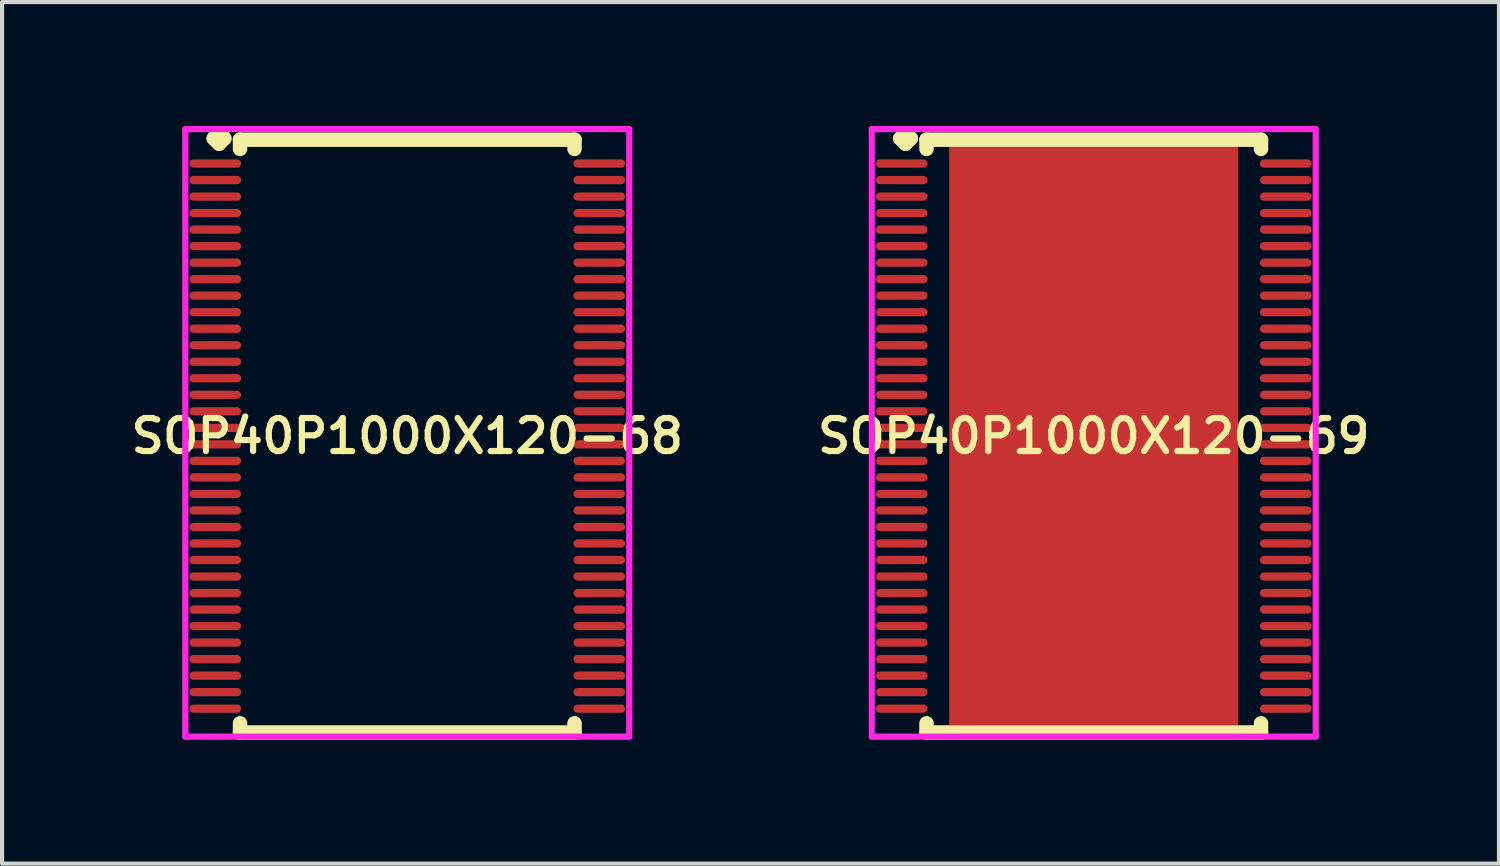
<source format=kicad_pcb>
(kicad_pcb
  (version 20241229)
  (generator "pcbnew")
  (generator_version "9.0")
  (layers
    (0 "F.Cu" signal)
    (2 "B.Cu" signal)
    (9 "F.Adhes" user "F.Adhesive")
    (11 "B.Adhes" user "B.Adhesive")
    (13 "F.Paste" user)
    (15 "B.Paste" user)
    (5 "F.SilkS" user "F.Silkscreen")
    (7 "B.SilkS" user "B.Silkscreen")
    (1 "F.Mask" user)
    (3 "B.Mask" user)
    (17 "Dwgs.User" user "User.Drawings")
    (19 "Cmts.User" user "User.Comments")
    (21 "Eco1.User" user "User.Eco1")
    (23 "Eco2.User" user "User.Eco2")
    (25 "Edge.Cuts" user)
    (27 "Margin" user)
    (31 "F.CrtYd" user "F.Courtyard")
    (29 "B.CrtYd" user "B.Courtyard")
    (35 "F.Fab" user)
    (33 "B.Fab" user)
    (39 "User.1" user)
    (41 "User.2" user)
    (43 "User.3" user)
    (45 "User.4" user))
  (footprint "SOP40P1000X120-69"
    (layer "F.Cu")
    (at 23.435 7.51)
    (property "Reference" "SOP40P1000X120-69" (at 0 0 0) (layer "F.SilkS") (effects (font (size 0.8 0.8) (thickness 0.15))))
    (attr smd)
    (fp_line (start -4.685 -7.208) (end -4.558 -7.335) (stroke (width 0.35) (type solid)) (layer "F.SilkS"))
    (fp_line (start -4.558 -7.335) (end -4.431 -7.208) (stroke (width 0.35) (type solid)) (layer "F.SilkS"))
    (fp_line (start -4.558 -7.081) (end -4.685 -7.208) (stroke (width 0.35) (type solid)) (layer "F.SilkS"))
    (fp_line (start -4.431 -7.208) (end -4.558 -7.081) (stroke (width 0.35) (type solid)) (layer "F.SilkS"))
    (fp_line (start -4.05 -7.177) (end 4.05 -7.177) (stroke (width 0.35) (type solid)) (layer "F.SilkS"))
    (fp_line (start -4.05 -6.954) (end -4.05 -7.177) (stroke (width 0.35) (type solid)) (layer "F.SilkS"))
    (fp_line (start -4.05 6.954) (end -4.05 7.177) (stroke (width 0.35) (type solid)) (layer "F.SilkS"))
    (fp_line (start -4.05 7.177) (end 4.05 7.177) (stroke (width 0.35) (type solid)) (layer "F.SilkS"))
    (fp_line (start 4.05 -7.177) (end 4.05 -6.954) (stroke (width 0.35) (type solid)) (layer "F.SilkS"))
    (fp_line (start 4.05 7.177) (end 4.05 6.954) (stroke (width 0.35) (type solid)) (layer "F.SilkS"))
    (fp_line (start -5.375 -7.435) (end 5.375 -7.435) (stroke (width 0.15) (type solid)) (layer "F.CrtYd"))
    (fp_line (start -5.375 7.277) (end -5.375 -7.435) (stroke (width 0.15) (type solid)) (layer "F.CrtYd"))
    (fp_line (start 5.375 -7.435) (end 5.375 7.277) (stroke (width 0.15) (type solid)) (layer "F.CrtYd"))
    (fp_line (start 5.375 7.277) (end -5.375 7.277) (stroke (width 0.15) (type solid)) (layer "F.CrtYd"))
    (pad "1" smd oval (at -4.65 -6.6) (size 1.25 0.2) (layers "F.Cu" "F.Mask" "F.Paste"))
    (pad "2" smd oval (at -4.65 -6.2) (size 1.25 0.2) (layers "F.Cu" "F.Mask" "F.Paste"))
    (pad "3" smd oval (at -4.65 -5.8) (size 1.25 0.2) (layers "F.Cu" "F.Mask" "F.Paste"))
    (pad "4" smd oval (at -4.65 -5.4) (size 1.25 0.2) (layers "F.Cu" "F.Mask" "F.Paste"))
    (pad "5" smd oval (at -4.65 -5) (size 1.25 0.2) (layers "F.Cu" "F.Mask" "F.Paste"))
    (pad "6" smd oval (at -4.65 -4.6) (size 1.25 0.2) (layers "F.Cu" "F.Mask" "F.Paste"))
    (pad "7" smd oval (at -4.65 -4.2) (size 1.25 0.2) (layers "F.Cu" "F.Mask" "F.Paste"))
    (pad "8" smd oval (at -4.65 -3.8) (size 1.25 0.2) (layers "F.Cu" "F.Mask" "F.Paste"))
    (pad "9" smd oval (at -4.65 -3.4) (size 1.25 0.2) (layers "F.Cu" "F.Mask" "F.Paste"))
    (pad "10" smd oval (at -4.65 -3) (size 1.25 0.2) (layers "F.Cu" "F.Mask" "F.Paste"))
    (pad "11" smd oval (at -4.65 -2.6) (size 1.25 0.2) (layers "F.Cu" "F.Mask" "F.Paste"))
    (pad "12" smd oval (at -4.65 -2.2) (size 1.25 0.2) (layers "F.Cu" "F.Mask" "F.Paste"))
    (pad "13" smd oval (at -4.65 -1.8) (size 1.25 0.2) (layers "F.Cu" "F.Mask" "F.Paste"))
    (pad "14" smd oval (at -4.65 -1.4) (size 1.25 0.2) (layers "F.Cu" "F.Mask" "F.Paste"))
    (pad "15" smd oval (at -4.65 -1) (size 1.25 0.2) (layers "F.Cu" "F.Mask" "F.Paste"))
    (pad "16" smd oval (at -4.65 -0.6) (size 1.25 0.2) (layers "F.Cu" "F.Mask" "F.Paste"))
    (pad "17" smd oval (at -4.65 -0.2) (size 1.25 0.2) (layers "F.Cu" "F.Mask" "F.Paste"))
    (pad "18" smd oval (at -4.65 0.2) (size 1.25 0.2) (layers "F.Cu" "F.Mask" "F.Paste"))
    (pad "19" smd oval (at -4.65 0.6) (size 1.25 0.2) (layers "F.Cu" "F.Mask" "F.Paste"))
    (pad "20" smd oval (at -4.65 1) (size 1.25 0.2) (layers "F.Cu" "F.Mask" "F.Paste"))
    (pad "21" smd oval (at -4.65 1.4) (size 1.25 0.2) (layers "F.Cu" "F.Mask" "F.Paste"))
    (pad "22" smd oval (at -4.65 1.8) (size 1.25 0.2) (layers "F.Cu" "F.Mask" "F.Paste"))
    (pad "23" smd oval (at -4.65 2.2) (size 1.25 0.2) (layers "F.Cu" "F.Mask" "F.Paste"))
    (pad "24" smd oval (at -4.65 2.6) (size 1.25 0.2) (layers "F.Cu" "F.Mask" "F.Paste"))
    (pad "25" smd oval (at -4.65 3) (size 1.25 0.2) (layers "F.Cu" "F.Mask" "F.Paste"))
    (pad "26" smd oval (at -4.65 3.4) (size 1.25 0.2) (layers "F.Cu" "F.Mask" "F.Paste"))
    (pad "27" smd oval (at -4.65 3.8) (size 1.25 0.2) (layers "F.Cu" "F.Mask" "F.Paste"))
    (pad "28" smd oval (at -4.65 4.2) (size 1.25 0.2) (layers "F.Cu" "F.Mask" "F.Paste"))
    (pad "29" smd oval (at -4.65 4.6) (size 1.25 0.2) (layers "F.Cu" "F.Mask" "F.Paste"))
    (pad "30" smd oval (at -4.65 5) (size 1.25 0.2) (layers "F.Cu" "F.Mask" "F.Paste"))
    (pad "31" smd oval (at -4.65 5.4) (size 1.25 0.2) (layers "F.Cu" "F.Mask" "F.Paste"))
    (pad "32" smd oval (at -4.65 5.8) (size 1.25 0.2) (layers "F.Cu" "F.Mask" "F.Paste"))
    (pad "33" smd oval (at -4.65 6.2) (size 1.25 0.2) (layers "F.Cu" "F.Mask" "F.Paste"))
    (pad "34" smd oval (at -4.65 6.6) (size 1.25 0.2) (layers "F.Cu" "F.Mask" "F.Paste"))
    (pad "35" smd oval (at 4.65 6.6) (size 1.25 0.2) (layers "F.Cu" "F.Mask" "F.Paste"))
    (pad "36" smd oval (at 4.65 6.2) (size 1.25 0.2) (layers "F.Cu" "F.Mask" "F.Paste"))
    (pad "37" smd oval (at 4.65 5.8) (size 1.25 0.2) (layers "F.Cu" "F.Mask" "F.Paste"))
    (pad "38" smd oval (at 4.65 5.4) (size 1.25 0.2) (layers "F.Cu" "F.Mask" "F.Paste"))
    (pad "39" smd oval (at 4.65 5) (size 1.25 0.2) (layers "F.Cu" "F.Mask" "F.Paste"))
    (pad "40" smd oval (at 4.65 4.6) (size 1.25 0.2) (layers "F.Cu" "F.Mask" "F.Paste"))
    (pad "41" smd oval (at 4.65 4.2) (size 1.25 0.2) (layers "F.Cu" "F.Mask" "F.Paste"))
    (pad "42" smd oval (at 4.65 3.8) (size 1.25 0.2) (layers "F.Cu" "F.Mask" "F.Paste"))
    (pad "43" smd oval (at 4.65 3.4) (size 1.25 0.2) (layers "F.Cu" "F.Mask" "F.Paste"))
    (pad "44" smd oval (at 4.65 3) (size 1.25 0.2) (layers "F.Cu" "F.Mask" "F.Paste"))
    (pad "45" smd oval (at 4.65 2.6) (size 1.25 0.2) (layers "F.Cu" "F.Mask" "F.Paste"))
    (pad "46" smd oval (at 4.65 2.2) (size 1.25 0.2) (layers "F.Cu" "F.Mask" "F.Paste"))
    (pad "47" smd oval (at 4.65 1.8) (size 1.25 0.2) (layers "F.Cu" "F.Mask" "F.Paste"))
    (pad "48" smd oval (at 4.65 1.4) (size 1.25 0.2) (layers "F.Cu" "F.Mask" "F.Paste"))
    (pad "49" smd oval (at 4.65 1) (size 1.25 0.2) (layers "F.Cu" "F.Mask" "F.Paste"))
    (pad "50" smd oval (at 4.65 0.6) (size 1.25 0.2) (layers "F.Cu" "F.Mask" "F.Paste"))
    (pad "51" smd oval (at 4.65 0.2) (size 1.25 0.2) (layers "F.Cu" "F.Mask" "F.Paste"))
    (pad "52" smd oval (at 4.65 -0.2) (size 1.25 0.2) (layers "F.Cu" "F.Mask" "F.Paste"))
    (pad "53" smd oval (at 4.65 -0.6) (size 1.25 0.2) (layers "F.Cu" "F.Mask" "F.Paste"))
    (pad "54" smd oval (at 4.65 -1) (size 1.25 0.2) (layers "F.Cu" "F.Mask" "F.Paste"))
    (pad "55" smd oval (at 4.65 -1.4) (size 1.25 0.2) (layers "F.Cu" "F.Mask" "F.Paste"))
    (pad "56" smd oval (at 4.65 -1.8) (size 1.25 0.2) (layers "F.Cu" "F.Mask" "F.Paste"))
    (pad "57" smd oval (at 4.65 -2.2) (size 1.25 0.2) (layers "F.Cu" "F.Mask" "F.Paste"))
    (pad "58" smd oval (at 4.65 -2.6) (size 1.25 0.2) (layers "F.Cu" "F.Mask" "F.Paste"))
    (pad "59" smd oval (at 4.65 -3) (size 1.25 0.2) (layers "F.Cu" "F.Mask" "F.Paste"))
    (pad "60" smd oval (at 4.65 -3.4) (size 1.25 0.2) (layers "F.Cu" "F.Mask" "F.Paste"))
    (pad "61" smd oval (at 4.65 -3.8) (size 1.25 0.2) (layers "F.Cu" "F.Mask" "F.Paste"))
    (pad "62" smd oval (at 4.65 -4.2) (size 1.25 0.2) (layers "F.Cu" "F.Mask" "F.Paste"))
    (pad "63" smd oval (at 4.65 -4.6) (size 1.25 0.2) (layers "F.Cu" "F.Mask" "F.Paste"))
    (pad "64" smd oval (at 4.65 -5) (size 1.25 0.2) (layers "F.Cu" "F.Mask" "F.Paste"))
    (pad "65" smd oval (at 4.65 -5.4) (size 1.25 0.2) (layers "F.Cu" "F.Mask" "F.Paste"))
    (pad "66" smd oval (at 4.65 -5.8) (size 1.25 0.2) (layers "F.Cu" "F.Mask" "F.Paste"))
    (pad "67" smd oval (at 4.65 -6.2) (size 1.25 0.2) (layers "F.Cu" "F.Mask" "F.Paste"))
    (pad "68" smd oval (at 4.65 -6.6) (size 1.25 0.2) (layers "F.Cu" "F.Mask" "F.Paste"))
    (pad "69" smd rect (at 0 0) (size 7 14) (layers "F.Cu" "F.Mask" "F.Paste")))
  (footprint "SOP40P1000X120-68"
    (layer "F.Cu")
    (at 6.812 7.51)
    (property "Reference" "SOP40P1000X120-68" (at 0 0 0) (layer "F.SilkS") (effects (font (size 0.8 0.8) (thickness 0.15))))
    (attr smd)
    (fp_line (start -4.685 -7.208) (end -4.558 -7.335) (stroke (width 0.35) (type solid)) (layer "F.SilkS"))
    (fp_line (start -4.558 -7.335) (end -4.431 -7.208) (stroke (width 0.35) (type solid)) (layer "F.SilkS"))
    (fp_line (start -4.558 -7.081) (end -4.685 -7.208) (stroke (width 0.35) (type solid)) (layer "F.SilkS"))
    (fp_line (start -4.431 -7.208) (end -4.558 -7.081) (stroke (width 0.35) (type solid)) (layer "F.SilkS"))
    (fp_line (start -4.05 -7.177) (end 4.05 -7.177) (stroke (width 0.35) (type solid)) (layer "F.SilkS"))
    (fp_line (start -4.05 -6.954) (end -4.05 -7.177) (stroke (width 0.35) (type solid)) (layer "F.SilkS"))
    (fp_line (start -4.05 6.954) (end -4.05 7.177) (stroke (width 0.35) (type solid)) (layer "F.SilkS"))
    (fp_line (start -4.05 7.177) (end 4.05 7.177) (stroke (width 0.35) (type solid)) (layer "F.SilkS"))
    (fp_line (start 4.05 -7.177) (end 4.05 -6.954) (stroke (width 0.35) (type solid)) (layer "F.SilkS"))
    (fp_line (start 4.05 7.177) (end 4.05 6.954) (stroke (width 0.35) (type solid)) (layer "F.SilkS"))
    (fp_line (start -5.375 -7.435) (end 5.375 -7.435) (stroke (width 0.15) (type solid)) (layer "F.CrtYd"))
    (fp_line (start -5.375 7.277) (end -5.375 -7.435) (stroke (width 0.15) (type solid)) (layer "F.CrtYd"))
    (fp_line (start 5.375 -7.435) (end 5.375 7.277) (stroke (width 0.15) (type solid)) (layer "F.CrtYd"))
    (fp_line (start 5.375 7.277) (end -5.375 7.277) (stroke (width 0.15) (type solid)) (layer "F.CrtYd"))
    (pad "1" smd oval (at -4.65 -6.6) (size 1.25 0.2) (layers "F.Cu" "F.Mask" "F.Paste"))
    (pad "2" smd oval (at -4.65 -6.2) (size 1.25 0.2) (layers "F.Cu" "F.Mask" "F.Paste"))
    (pad "3" smd oval (at -4.65 -5.8) (size 1.25 0.2) (layers "F.Cu" "F.Mask" "F.Paste"))
    (pad "4" smd oval (at -4.65 -5.4) (size 1.25 0.2) (layers "F.Cu" "F.Mask" "F.Paste"))
    (pad "5" smd oval (at -4.65 -5) (size 1.25 0.2) (layers "F.Cu" "F.Mask" "F.Paste"))
    (pad "6" smd oval (at -4.65 -4.6) (size 1.25 0.2) (layers "F.Cu" "F.Mask" "F.Paste"))
    (pad "7" smd oval (at -4.65 -4.2) (size 1.25 0.2) (layers "F.Cu" "F.Mask" "F.Paste"))
    (pad "8" smd oval (at -4.65 -3.8) (size 1.25 0.2) (layers "F.Cu" "F.Mask" "F.Paste"))
    (pad "9" smd oval (at -4.65 -3.4) (size 1.25 0.2) (layers "F.Cu" "F.Mask" "F.Paste"))
    (pad "10" smd oval (at -4.65 -3) (size 1.25 0.2) (layers "F.Cu" "F.Mask" "F.Paste"))
    (pad "11" smd oval (at -4.65 -2.6) (size 1.25 0.2) (layers "F.Cu" "F.Mask" "F.Paste"))
    (pad "12" smd oval (at -4.65 -2.2) (size 1.25 0.2) (layers "F.Cu" "F.Mask" "F.Paste"))
    (pad "13" smd oval (at -4.65 -1.8) (size 1.25 0.2) (layers "F.Cu" "F.Mask" "F.Paste"))
    (pad "14" smd oval (at -4.65 -1.4) (size 1.25 0.2) (layers "F.Cu" "F.Mask" "F.Paste"))
    (pad "15" smd oval (at -4.65 -1) (size 1.25 0.2) (layers "F.Cu" "F.Mask" "F.Paste"))
    (pad "16" smd oval (at -4.65 -0.6) (size 1.25 0.2) (layers "F.Cu" "F.Mask" "F.Paste"))
    (pad "17" smd oval (at -4.65 -0.2) (size 1.25 0.2) (layers "F.Cu" "F.Mask" "F.Paste"))
    (pad "18" smd oval (at -4.65 0.2) (size 1.25 0.2) (layers "F.Cu" "F.Mask" "F.Paste"))
    (pad "19" smd oval (at -4.65 0.6) (size 1.25 0.2) (layers "F.Cu" "F.Mask" "F.Paste"))
    (pad "20" smd oval (at -4.65 1) (size 1.25 0.2) (layers "F.Cu" "F.Mask" "F.Paste"))
    (pad "21" smd oval (at -4.65 1.4) (size 1.25 0.2) (layers "F.Cu" "F.Mask" "F.Paste"))
    (pad "22" smd oval (at -4.65 1.8) (size 1.25 0.2) (layers "F.Cu" "F.Mask" "F.Paste"))
    (pad "23" smd oval (at -4.65 2.2) (size 1.25 0.2) (layers "F.Cu" "F.Mask" "F.Paste"))
    (pad "24" smd oval (at -4.65 2.6) (size 1.25 0.2) (layers "F.Cu" "F.Mask" "F.Paste"))
    (pad "25" smd oval (at -4.65 3) (size 1.25 0.2) (layers "F.Cu" "F.Mask" "F.Paste"))
    (pad "26" smd oval (at -4.65 3.4) (size 1.25 0.2) (layers "F.Cu" "F.Mask" "F.Paste"))
    (pad "27" smd oval (at -4.65 3.8) (size 1.25 0.2) (layers "F.Cu" "F.Mask" "F.Paste"))
    (pad "28" smd oval (at -4.65 4.2) (size 1.25 0.2) (layers "F.Cu" "F.Mask" "F.Paste"))
    (pad "29" smd oval (at -4.65 4.6) (size 1.25 0.2) (layers "F.Cu" "F.Mask" "F.Paste"))
    (pad "30" smd oval (at -4.65 5) (size 1.25 0.2) (layers "F.Cu" "F.Mask" "F.Paste"))
    (pad "31" smd oval (at -4.65 5.4) (size 1.25 0.2) (layers "F.Cu" "F.Mask" "F.Paste"))
    (pad "32" smd oval (at -4.65 5.8) (size 1.25 0.2) (layers "F.Cu" "F.Mask" "F.Paste"))
    (pad "33" smd oval (at -4.65 6.2) (size 1.25 0.2) (layers "F.Cu" "F.Mask" "F.Paste"))
    (pad "34" smd oval (at -4.65 6.6) (size 1.25 0.2) (layers "F.Cu" "F.Mask" "F.Paste"))
    (pad "35" smd oval (at 4.65 6.6) (size 1.25 0.2) (layers "F.Cu" "F.Mask" "F.Paste"))
    (pad "36" smd oval (at 4.65 6.2) (size 1.25 0.2) (layers "F.Cu" "F.Mask" "F.Paste"))
    (pad "37" smd oval (at 4.65 5.8) (size 1.25 0.2) (layers "F.Cu" "F.Mask" "F.Paste"))
    (pad "38" smd oval (at 4.65 5.4) (size 1.25 0.2) (layers "F.Cu" "F.Mask" "F.Paste"))
    (pad "39" smd oval (at 4.65 5) (size 1.25 0.2) (layers "F.Cu" "F.Mask" "F.Paste"))
    (pad "40" smd oval (at 4.65 4.6) (size 1.25 0.2) (layers "F.Cu" "F.Mask" "F.Paste"))
    (pad "41" smd oval (at 4.65 4.2) (size 1.25 0.2) (layers "F.Cu" "F.Mask" "F.Paste"))
    (pad "42" smd oval (at 4.65 3.8) (size 1.25 0.2) (layers "F.Cu" "F.Mask" "F.Paste"))
    (pad "43" smd oval (at 4.65 3.4) (size 1.25 0.2) (layers "F.Cu" "F.Mask" "F.Paste"))
    (pad "44" smd oval (at 4.65 3) (size 1.25 0.2) (layers "F.Cu" "F.Mask" "F.Paste"))
    (pad "45" smd oval (at 4.65 2.6) (size 1.25 0.2) (layers "F.Cu" "F.Mask" "F.Paste"))
    (pad "46" smd oval (at 4.65 2.2) (size 1.25 0.2) (layers "F.Cu" "F.Mask" "F.Paste"))
    (pad "47" smd oval (at 4.65 1.8) (size 1.25 0.2) (layers "F.Cu" "F.Mask" "F.Paste"))
    (pad "48" smd oval (at 4.65 1.4) (size 1.25 0.2) (layers "F.Cu" "F.Mask" "F.Paste"))
    (pad "49" smd oval (at 4.65 1) (size 1.25 0.2) (layers "F.Cu" "F.Mask" "F.Paste"))
    (pad "50" smd oval (at 4.65 0.6) (size 1.25 0.2) (layers "F.Cu" "F.Mask" "F.Paste"))
    (pad "51" smd oval (at 4.65 0.2) (size 1.25 0.2) (layers "F.Cu" "F.Mask" "F.Paste"))
    (pad "52" smd oval (at 4.65 -0.2) (size 1.25 0.2) (layers "F.Cu" "F.Mask" "F.Paste"))
    (pad "53" smd oval (at 4.65 -0.6) (size 1.25 0.2) (layers "F.Cu" "F.Mask" "F.Paste"))
    (pad "54" smd oval (at 4.65 -1) (size 1.25 0.2) (layers "F.Cu" "F.Mask" "F.Paste"))
    (pad "55" smd oval (at 4.65 -1.4) (size 1.25 0.2) (layers "F.Cu" "F.Mask" "F.Paste"))
    (pad "56" smd oval (at 4.65 -1.8) (size 1.25 0.2) (layers "F.Cu" "F.Mask" "F.Paste"))
    (pad "57" smd oval (at 4.65 -2.2) (size 1.25 0.2) (layers "F.Cu" "F.Mask" "F.Paste"))
    (pad "58" smd oval (at 4.65 -2.6) (size 1.25 0.2) (layers "F.Cu" "F.Mask" "F.Paste"))
    (pad "59" smd oval (at 4.65 -3) (size 1.25 0.2) (layers "F.Cu" "F.Mask" "F.Paste"))
    (pad "60" smd oval (at 4.65 -3.4) (size 1.25 0.2) (layers "F.Cu" "F.Mask" "F.Paste"))
    (pad "61" smd oval (at 4.65 -3.8) (size 1.25 0.2) (layers "F.Cu" "F.Mask" "F.Paste"))
    (pad "62" smd oval (at 4.65 -4.2) (size 1.25 0.2) (layers "F.Cu" "F.Mask" "F.Paste"))
    (pad "63" smd oval (at 4.65 -4.6) (size 1.25 0.2) (layers "F.Cu" "F.Mask" "F.Paste"))
    (pad "64" smd oval (at 4.65 -5) (size 1.25 0.2) (layers "F.Cu" "F.Mask" "F.Paste"))
    (pad "65" smd oval (at 4.65 -5.4) (size 1.25 0.2) (layers "F.Cu" "F.Mask" "F.Paste"))
    (pad "66" smd oval (at 4.65 -5.8) (size 1.25 0.2) (layers "F.Cu" "F.Mask" "F.Paste"))
    (pad "67" smd oval (at 4.65 -6.2) (size 1.25 0.2) (layers "F.Cu" "F.Mask" "F.Paste"))
    (pad "68" smd oval (at 4.65 -6.6) (size 1.25 0.2) (layers "F.Cu" "F.Mask" "F.Paste")))
  (gr_rect
    (start -3 -3)
    (end 33.247 17.862)
    (stroke (width 0.1) (type default))
    (fill no)
    (layer "Edge.Cuts")))
</source>
